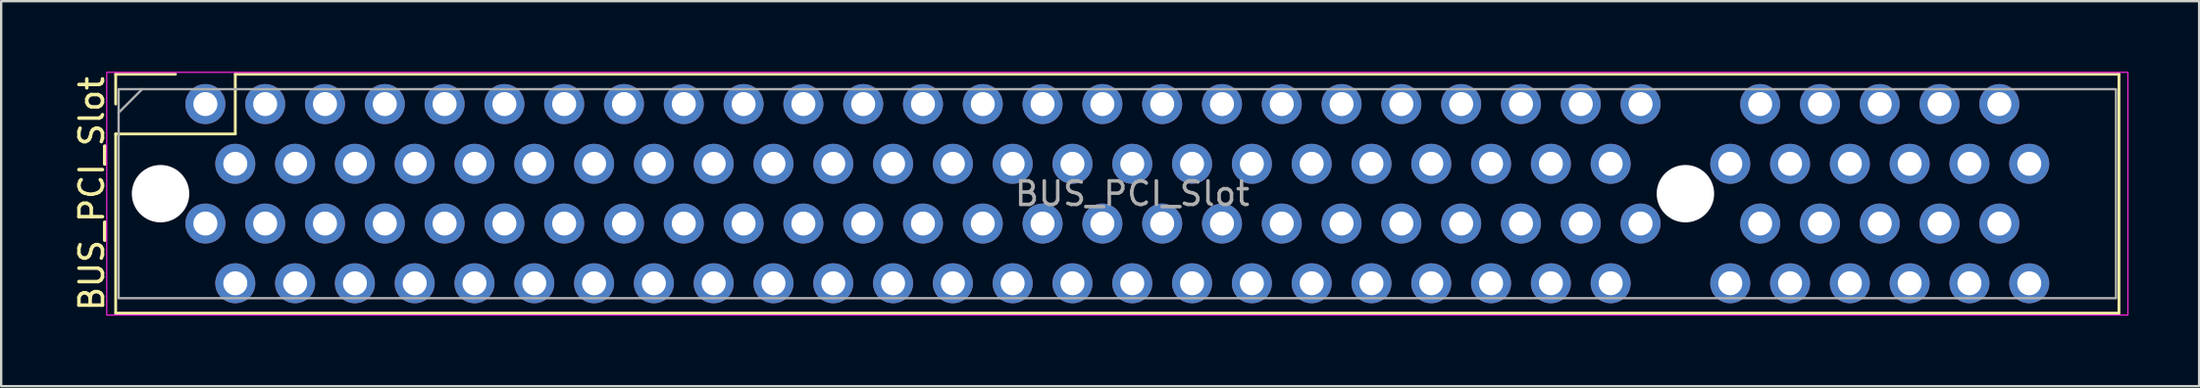
<source format=kicad_pcb>
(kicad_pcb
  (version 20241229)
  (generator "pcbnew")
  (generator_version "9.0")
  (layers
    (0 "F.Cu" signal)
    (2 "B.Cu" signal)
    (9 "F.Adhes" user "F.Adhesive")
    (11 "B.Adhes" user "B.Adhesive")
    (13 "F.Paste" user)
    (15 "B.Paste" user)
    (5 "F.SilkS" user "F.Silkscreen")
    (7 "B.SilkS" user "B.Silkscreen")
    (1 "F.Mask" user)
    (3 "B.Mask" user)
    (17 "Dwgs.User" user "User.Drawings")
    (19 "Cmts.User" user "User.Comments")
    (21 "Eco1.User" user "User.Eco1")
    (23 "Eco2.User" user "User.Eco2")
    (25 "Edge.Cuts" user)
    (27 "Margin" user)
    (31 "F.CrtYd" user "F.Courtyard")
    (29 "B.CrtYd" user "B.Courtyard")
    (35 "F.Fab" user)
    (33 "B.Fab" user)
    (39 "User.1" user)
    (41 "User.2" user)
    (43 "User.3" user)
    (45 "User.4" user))
  (footprint "BUS_PCI_Slot"
    (layer "F.Cu")
    (at 5.674 1.375)
    (property "Reference" "BUS_PCI_Slot" (at -4.826 3.81 90) (layer "F.SilkS") (effects (font (size 1 1) (thickness 0.15))))
    (attr through_hole)
    (fp_line (start -3.81 -1.27) (end -1.27 -1.27) (stroke (width 0.12) (type solid)) (layer "F.SilkS"))
    (fp_line (start -3.81 0) (end -3.81 -1.27) (stroke (width 0.12) (type solid)) (layer "F.SilkS"))
    (fp_line (start -3.81 1.27) (end 1.27 1.27) (stroke (width 0.12) (type solid)) (layer "F.SilkS"))
    (fp_line (start -3.81 8.89) (end -3.81 1.27) (stroke (width 0.12) (type solid)) (layer "F.SilkS"))
    (fp_line (start 1.27 -1.27) (end 81.28 -1.27) (stroke (width 0.12) (type solid)) (layer "F.SilkS"))
    (fp_line (start 1.27 1.27) (end 1.27 -1.27) (stroke (width 0.12) (type solid)) (layer "F.SilkS"))
    (fp_line (start 81.28 -1.27) (end 81.28 8.89) (stroke (width 0.12) (type solid)) (layer "F.SilkS"))
    (fp_line (start 81.28 8.89) (end -3.81 8.89) (stroke (width 0.12) (type solid)) (layer "F.SilkS"))
    (fp_rect (start -4.19 -1.35) (end 81.66 8.97) (stroke (width 0.05) (type solid)) (fill no) (layer "F.CrtYd"))
    (fp_line (start -3.685 0.365) (end -2.685 -0.635) (stroke (width 0.1) (type solid)) (layer "F.Fab"))
    (fp_rect (start -3.685 -0.635) (end 81.155 8.255) (stroke (width 0.1) (type solid)) (fill no) (layer "F.Fab"))
    (fp_text user "${REFERENCE}" (at 39.37 3.81 0) (unlocked yes) (layer "F.Fab") (effects (font (size 1 1) (thickness 0.15))))
    (pad "" np_thru_hole circle (at -1.905 3.81) (size 2.44 2.44) (drill 2.44) (layers "*.Cu" "*.Mask"))
    (pad "" np_thru_hole circle (at 62.865 3.81) (size 2.44 2.44) (drill 2.44) (layers "*.Cu" "*.Mask"))
    (pad "A1" thru_hole circle (at 0 0) (size 1.7 1.7) (drill 1.02) (layers "*.Cu" "*.Mask"))
    (pad "A2" thru_hole circle (at 1.27 2.54) (size 1.7 1.7) (drill 1.02) (layers "*.Cu" "*.Mask"))
    (pad "A3" thru_hole circle (at 2.54 0) (size 1.7 1.7) (drill 1.02) (layers "*.Cu" "*.Mask"))
    (pad "A4" thru_hole circle (at 3.81 2.54) (size 1.7 1.7) (drill 1.02) (layers "*.Cu" "*.Mask"))
    (pad "A5" thru_hole circle (at 5.08 0) (size 1.7 1.7) (drill 1.02) (layers "*.Cu" "*.Mask"))
    (pad "A6" thru_hole circle (at 6.35 2.54) (size 1.7 1.7) (drill 1.02) (layers "*.Cu" "*.Mask"))
    (pad "A7" thru_hole circle (at 7.62 0) (size 1.7 1.7) (drill 1.02) (layers "*.Cu" "*.Mask"))
    (pad "A8" thru_hole circle (at 8.89 2.54) (size 1.7 1.7) (drill 1.02) (layers "*.Cu" "*.Mask"))
    (pad "A9" thru_hole circle (at 10.16 0) (size 1.7 1.7) (drill 1.02) (layers "*.Cu" "*.Mask"))
    (pad "A10" thru_hole circle (at 11.43 2.54) (size 1.7 1.7) (drill 1.02) (layers "*.Cu" "*.Mask"))
    (pad "A11" thru_hole circle (at 12.7 0) (size 1.7 1.7) (drill 1.02) (layers "*.Cu" "*.Mask"))
    (pad "A12" thru_hole circle (at 13.97 2.54) (size 1.7 1.7) (drill 1.02) (layers "*.Cu" "*.Mask"))
    (pad "A13" thru_hole circle (at 15.24 0) (size 1.7 1.7) (drill 1.02) (layers "*.Cu" "*.Mask"))
    (pad "A14" thru_hole circle (at 16.51 2.54) (size 1.7 1.7) (drill 1.02) (layers "*.Cu" "*.Mask"))
    (pad "A15" thru_hole circle (at 17.78 0) (size 1.7 1.7) (drill 1.02) (layers "*.Cu" "*.Mask"))
    (pad "A16" thru_hole circle (at 19.05 2.54) (size 1.7 1.7) (drill 1.02) (layers "*.Cu" "*.Mask"))
    (pad "A17" thru_hole circle (at 20.32 0) (size 1.7 1.7) (drill 1.02) (layers "*.Cu" "*.Mask"))
    (pad "A18" thru_hole circle (at 21.59 2.54) (size 1.7 1.7) (drill 1.02) (layers "*.Cu" "*.Mask"))
    (pad "A19" thru_hole circle (at 22.86 0) (size 1.7 1.7) (drill 1.02) (layers "*.Cu" "*.Mask"))
    (pad "A20" thru_hole circle (at 24.13 2.54) (size 1.7 1.7) (drill 1.02) (layers "*.Cu" "*.Mask"))
    (pad "A21" thru_hole circle (at 25.4 0) (size 1.7 1.7) (drill 1.02) (layers "*.Cu" "*.Mask"))
    (pad "A22" thru_hole circle (at 26.67 2.54) (size 1.7 1.7) (drill 1.02) (layers "*.Cu" "*.Mask"))
    (pad "A23" thru_hole circle (at 27.94 0) (size 1.7 1.7) (drill 1.02) (layers "*.Cu" "*.Mask"))
    (pad "A24" thru_hole circle (at 29.21 2.54) (size 1.7 1.7) (drill 1.02) (layers "*.Cu" "*.Mask"))
    (pad "A25" thru_hole circle (at 30.48 0) (size 1.7 1.7) (drill 1.02) (layers "*.Cu" "*.Mask"))
    (pad "A26" thru_hole circle (at 31.75 2.54) (size 1.7 1.7) (drill 1.02) (layers "*.Cu" "*.Mask"))
    (pad "A27" thru_hole circle (at 33.02 0) (size 1.7 1.7) (drill 1.02) (layers "*.Cu" "*.Mask"))
    (pad "A28" thru_hole circle (at 34.29 2.54) (size 1.7 1.7) (drill 1.02) (layers "*.Cu" "*.Mask"))
    (pad "A29" thru_hole circle (at 35.56 0) (size 1.7 1.7) (drill 1.02) (layers "*.Cu" "*.Mask"))
    (pad "A30" thru_hole circle (at 36.83 2.54) (size 1.7 1.7) (drill 1.02) (layers "*.Cu" "*.Mask"))
    (pad "A31" thru_hole circle (at 38.1 0) (size 1.7 1.7) (drill 1.02) (layers "*.Cu" "*.Mask"))
    (pad "A32" thru_hole circle (at 39.37 2.54) (size 1.7 1.7) (drill 1.02) (layers "*.Cu" "*.Mask"))
    (pad "A33" thru_hole circle (at 40.64 0) (size 1.7 1.7) (drill 1.02) (layers "*.Cu" "*.Mask"))
    (pad "A34" thru_hole circle (at 41.91 2.54) (size 1.7 1.7) (drill 1.02) (layers "*.Cu" "*.Mask"))
    (pad "A35" thru_hole circle (at 43.18 0) (size 1.7 1.7) (drill 1.02) (layers "*.Cu" "*.Mask"))
    (pad "A36" thru_hole circle (at 44.45 2.54) (size 1.7 1.7) (drill 1.02) (layers "*.Cu" "*.Mask"))
    (pad "A37" thru_hole circle (at 45.72 0) (size 1.7 1.7) (drill 1.02) (layers "*.Cu" "*.Mask"))
    (pad "A38" thru_hole circle (at 46.99 2.54) (size 1.7 1.7) (drill 1.02) (layers "*.Cu" "*.Mask"))
    (pad "A39" thru_hole circle (at 48.26 0) (size 1.7 1.7) (drill 1.02) (layers "*.Cu" "*.Mask"))
    (pad "A40" thru_hole circle (at 49.53 2.54) (size 1.7 1.7) (drill 1.02) (layers "*.Cu" "*.Mask"))
    (pad "A41" thru_hole circle (at 50.8 0) (size 1.7 1.7) (drill 1.02) (layers "*.Cu" "*.Mask"))
    (pad "A42" thru_hole circle (at 52.07 2.54) (size 1.7 1.7) (drill 1.02) (layers "*.Cu" "*.Mask"))
    (pad "A43" thru_hole circle (at 53.34 0) (size 1.7 1.7) (drill 1.02) (layers "*.Cu" "*.Mask"))
    (pad "A44" thru_hole circle (at 54.61 2.54) (size 1.7 1.7) (drill 1.02) (layers "*.Cu" "*.Mask"))
    (pad "A45" thru_hole circle (at 55.88 0) (size 1.7 1.7) (drill 1.02) (layers "*.Cu" "*.Mask"))
    (pad "A46" thru_hole circle (at 57.15 2.54) (size 1.7 1.7) (drill 1.02) (layers "*.Cu" "*.Mask"))
    (pad "A47" thru_hole circle (at 58.42 0) (size 1.7 1.7) (drill 1.02) (layers "*.Cu" "*.Mask"))
    (pad "A48" thru_hole circle (at 59.69 2.54) (size 1.7 1.7) (drill 1.02) (layers "*.Cu" "*.Mask"))
    (pad "A49" thru_hole circle (at 60.96 0) (size 1.7 1.7) (drill 1.02) (layers "*.Cu" "*.Mask"))
    (pad "A52" thru_hole circle (at 64.77 2.54) (size 1.7 1.7) (drill 1.02) (layers "*.Cu" "*.Mask"))
    (pad "A53" thru_hole circle (at 66.04 0) (size 1.7 1.7) (drill 1.02) (layers "*.Cu" "*.Mask"))
    (pad "A54" thru_hole circle (at 67.31 2.54) (size 1.7 1.7) (drill 1.02) (layers "*.Cu" "*.Mask"))
    (pad "A55" thru_hole circle (at 68.58 0) (size 1.7 1.7) (drill 1.02) (layers "*.Cu" "*.Mask"))
    (pad "A56" thru_hole circle (at 69.85 2.54) (size 1.7 1.7) (drill 1.02) (layers "*.Cu" "*.Mask"))
    (pad "A57" thru_hole circle (at 71.12 0) (size 1.7 1.7) (drill 1.02) (layers "*.Cu" "*.Mask"))
    (pad "A58" thru_hole circle (at 72.39 2.54) (size 1.7 1.7) (drill 1.02) (layers "*.Cu" "*.Mask"))
    (pad "A59" thru_hole circle (at 73.66 0) (size 1.7 1.7) (drill 1.02) (layers "*.Cu" "*.Mask"))
    (pad "A60" thru_hole circle (at 74.93 2.54) (size 1.7 1.7) (drill 1.02) (layers "*.Cu" "*.Mask"))
    (pad "A61" thru_hole circle (at 76.2 0 90) (size 1.7 1.7) (drill 1.02) (layers "*.Cu" "*.Mask"))
    (pad "A62" thru_hole circle (at 77.47 2.54) (size 1.7 1.7) (drill 1.02) (layers "*.Cu" "*.Mask"))
    (pad "B1" thru_hole circle (at 0 5.08) (size 1.7 1.7) (drill 1.02) (layers "*.Cu" "*.Mask"))
    (pad "B2" thru_hole circle (at 1.27 7.62) (size 1.7 1.7) (drill 1.02) (layers "*.Cu" "*.Mask"))
    (pad "B3" thru_hole circle (at 2.54 5.08) (size 1.7 1.7) (drill 1.02) (layers "*.Cu" "*.Mask"))
    (pad "B4" thru_hole circle (at 3.81 7.62) (size 1.7 1.7) (drill 1.02) (layers "*.Cu" "*.Mask"))
    (pad "B5" thru_hole circle (at 5.08 5.08) (size 1.7 1.7) (drill 1.02) (layers "*.Cu" "*.Mask"))
    (pad "B6" thru_hole circle (at 6.35 7.62) (size 1.7 1.7) (drill 1.02) (layers "*.Cu" "*.Mask"))
    (pad "B7" thru_hole circle (at 7.62 5.08) (size 1.7 1.7) (drill 1.02) (layers "*.Cu" "*.Mask"))
    (pad "B8" thru_hole circle (at 8.89 7.62) (size 1.7 1.7) (drill 1.02) (layers "*.Cu" "*.Mask"))
    (pad "B9" thru_hole circle (at 10.16 5.08) (size 1.7 1.7) (drill 1.02) (layers "*.Cu" "*.Mask"))
    (pad "B10" thru_hole circle (at 11.43 7.62) (size 1.7 1.7) (drill 1.02) (layers "*.Cu" "*.Mask"))
    (pad "B11" thru_hole circle (at 12.7 5.08) (size 1.7 1.7) (drill 1.02) (layers "*.Cu" "*.Mask"))
    (pad "B12" thru_hole circle (at 13.97 7.62) (size 1.7 1.7) (drill 1.02) (layers "*.Cu" "*.Mask"))
    (pad "B13" thru_hole circle (at 15.24 5.08) (size 1.7 1.7) (drill 1.02) (layers "*.Cu" "*.Mask"))
    (pad "B14" thru_hole circle (at 16.51 7.62) (size 1.7 1.7) (drill 1.02) (layers "*.Cu" "*.Mask"))
    (pad "B15" thru_hole circle (at 17.78 5.08) (size 1.7 1.7) (drill 1.02) (layers "*.Cu" "*.Mask"))
    (pad "B16" thru_hole circle (at 19.05 7.62) (size 1.7 1.7) (drill 1.02) (layers "*.Cu" "*.Mask"))
    (pad "B17" thru_hole circle (at 20.32 5.08) (size 1.7 1.7) (drill 1.02) (layers "*.Cu" "*.Mask"))
    (pad "B18" thru_hole circle (at 21.59 7.62) (size 1.7 1.7) (drill 1.02) (layers "*.Cu" "*.Mask"))
    (pad "B19" thru_hole circle (at 22.86 5.08) (size 1.7 1.7) (drill 1.02) (layers "*.Cu" "*.Mask"))
    (pad "B20" thru_hole circle (at 24.13 7.62) (size 1.7 1.7) (drill 1.02) (layers "*.Cu" "*.Mask"))
    (pad "B21" thru_hole circle (at 25.4 5.08) (size 1.7 1.7) (drill 1.02) (layers "*.Cu" "*.Mask"))
    (pad "B22" thru_hole circle (at 26.67 7.62) (size 1.7 1.7) (drill 1.02) (layers "*.Cu" "*.Mask"))
    (pad "B23" thru_hole circle (at 27.94 5.08) (size 1.7 1.7) (drill 1.02) (layers "*.Cu" "*.Mask"))
    (pad "B24" thru_hole circle (at 29.21 7.62) (size 1.7 1.7) (drill 1.02) (layers "*.Cu" "*.Mask"))
    (pad "B25" thru_hole circle (at 30.48 5.08) (size 1.7 1.7) (drill 1.02) (layers "*.Cu" "*.Mask"))
    (pad "B26" thru_hole circle (at 31.75 7.62) (size 1.7 1.7) (drill 1.02) (layers "*.Cu" "*.Mask"))
    (pad "B27" thru_hole circle (at 33.02 5.08) (size 1.7 1.7) (drill 1.02) (layers "*.Cu" "*.Mask"))
    (pad "B28" thru_hole circle (at 34.29 7.62) (size 1.7 1.7) (drill 1.02) (layers "*.Cu" "*.Mask"))
    (pad "B29" thru_hole circle (at 35.56 5.08) (size 1.7 1.7) (drill 1.02) (layers "*.Cu" "*.Mask"))
    (pad "B30" thru_hole circle (at 36.83 7.62) (size 1.7 1.7) (drill 1.02) (layers "*.Cu" "*.Mask"))
    (pad "B31" thru_hole circle (at 38.1 5.08) (size 1.7 1.7) (drill 1.02) (layers "*.Cu" "*.Mask"))
    (pad "B32" thru_hole circle (at 39.37 7.62) (size 1.7 1.7) (drill 1.02) (layers "*.Cu" "*.Mask"))
    (pad "B33" thru_hole circle (at 40.64 5.08) (size 1.7 1.7) (drill 1.02) (layers "*.Cu" "*.Mask"))
    (pad "B34" thru_hole circle (at 41.91 7.62) (size 1.7 1.7) (drill 1.02) (layers "*.Cu" "*.Mask"))
    (pad "B35" thru_hole circle (at 43.18 5.08) (size 1.7 1.7) (drill 1.02) (layers "*.Cu" "*.Mask"))
    (pad "B36" thru_hole circle (at 44.45 7.62) (size 1.7 1.7) (drill 1.02) (layers "*.Cu" "*.Mask"))
    (pad "B37" thru_hole circle (at 45.72 5.08) (size 1.7 1.7) (drill 1.02) (layers "*.Cu" "*.Mask"))
    (pad "B38" thru_hole circle (at 46.99 7.62) (size 1.7 1.7) (drill 1.02) (layers "*.Cu" "*.Mask"))
    (pad "B39" thru_hole circle (at 48.26 5.08) (size 1.7 1.7) (drill 1.02) (layers "*.Cu" "*.Mask"))
    (pad "B40" thru_hole circle (at 49.53 7.62) (size 1.7 1.7) (drill 1.02) (layers "*.Cu" "*.Mask"))
    (pad "B41" thru_hole circle (at 50.8 5.08) (size 1.7 1.7) (drill 1.02) (layers "*.Cu" "*.Mask"))
    (pad "B42" thru_hole circle (at 52.07 7.62) (size 1.7 1.7) (drill 1.02) (layers "*.Cu" "*.Mask"))
    (pad "B43" thru_hole circle (at 53.34 5.08) (size 1.7 1.7) (drill 1.02) (layers "*.Cu" "*.Mask"))
    (pad "B44" thru_hole circle (at 54.61 7.62) (size 1.7 1.7) (drill 1.02) (layers "*.Cu" "*.Mask"))
    (pad "B45" thru_hole circle (at 55.88 5.08) (size 1.7 1.7) (drill 1.02) (layers "*.Cu" "*.Mask"))
    (pad "B46" thru_hole circle (at 57.15 7.62) (size 1.7 1.7) (drill 1.02) (layers "*.Cu" "*.Mask"))
    (pad "B47" thru_hole circle (at 58.42 5.08) (size 1.7 1.7) (drill 1.02) (layers "*.Cu" "*.Mask"))
    (pad "B48" thru_hole circle (at 59.69 7.62) (size 1.7 1.7) (drill 1.02) (layers "*.Cu" "*.Mask"))
    (pad "B49" thru_hole circle (at 60.96 5.08) (size 1.7 1.7) (drill 1.02) (layers "*.Cu" "*.Mask"))
    (pad "B52" thru_hole circle (at 64.77 7.62) (size 1.7 1.7) (drill 1.02) (layers "*.Cu" "*.Mask"))
    (pad "B53" thru_hole circle (at 66.04 5.08) (size 1.7 1.7) (drill 1.02) (layers "*.Cu" "*.Mask"))
    (pad "B54" thru_hole circle (at 67.31 7.62) (size 1.7 1.7) (drill 1.02) (layers "*.Cu" "*.Mask"))
    (pad "B55" thru_hole circle (at 68.58 5.08) (size 1.7 1.7) (drill 1.02) (layers "*.Cu" "*.Mask"))
    (pad "B56" thru_hole circle (at 69.85 7.62) (size 1.7 1.7) (drill 1.02) (layers "*.Cu" "*.Mask"))
    (pad "B57" thru_hole circle (at 71.12 5.08) (size 1.7 1.7) (drill 1.02) (layers "*.Cu" "*.Mask"))
    (pad "B58" thru_hole circle (at 72.39 7.62) (size 1.7 1.7) (drill 1.02) (layers "*.Cu" "*.Mask"))
    (pad "B59" thru_hole circle (at 73.66 5.08) (size 1.7 1.7) (drill 1.02) (layers "*.Cu" "*.Mask"))
    (pad "B60" thru_hole circle (at 74.93 7.62) (size 1.7 1.7) (drill 1.02) (layers "*.Cu" "*.Mask"))
    (pad "B61" thru_hole circle (at 76.2 5.08) (size 1.7 1.7) (drill 1.02) (layers "*.Cu" "*.Mask"))
    (pad "B62" thru_hole circle (at 77.47 7.62) (size 1.7 1.7) (drill 1.02) (layers "*.Cu" "*.Mask")))
  (gr_rect
    (start -3 -3)
    (end 90.359 13.37)
    (stroke (width 0.1) (type default))
    (fill no)
    (layer "Edge.Cuts")))
</source>
